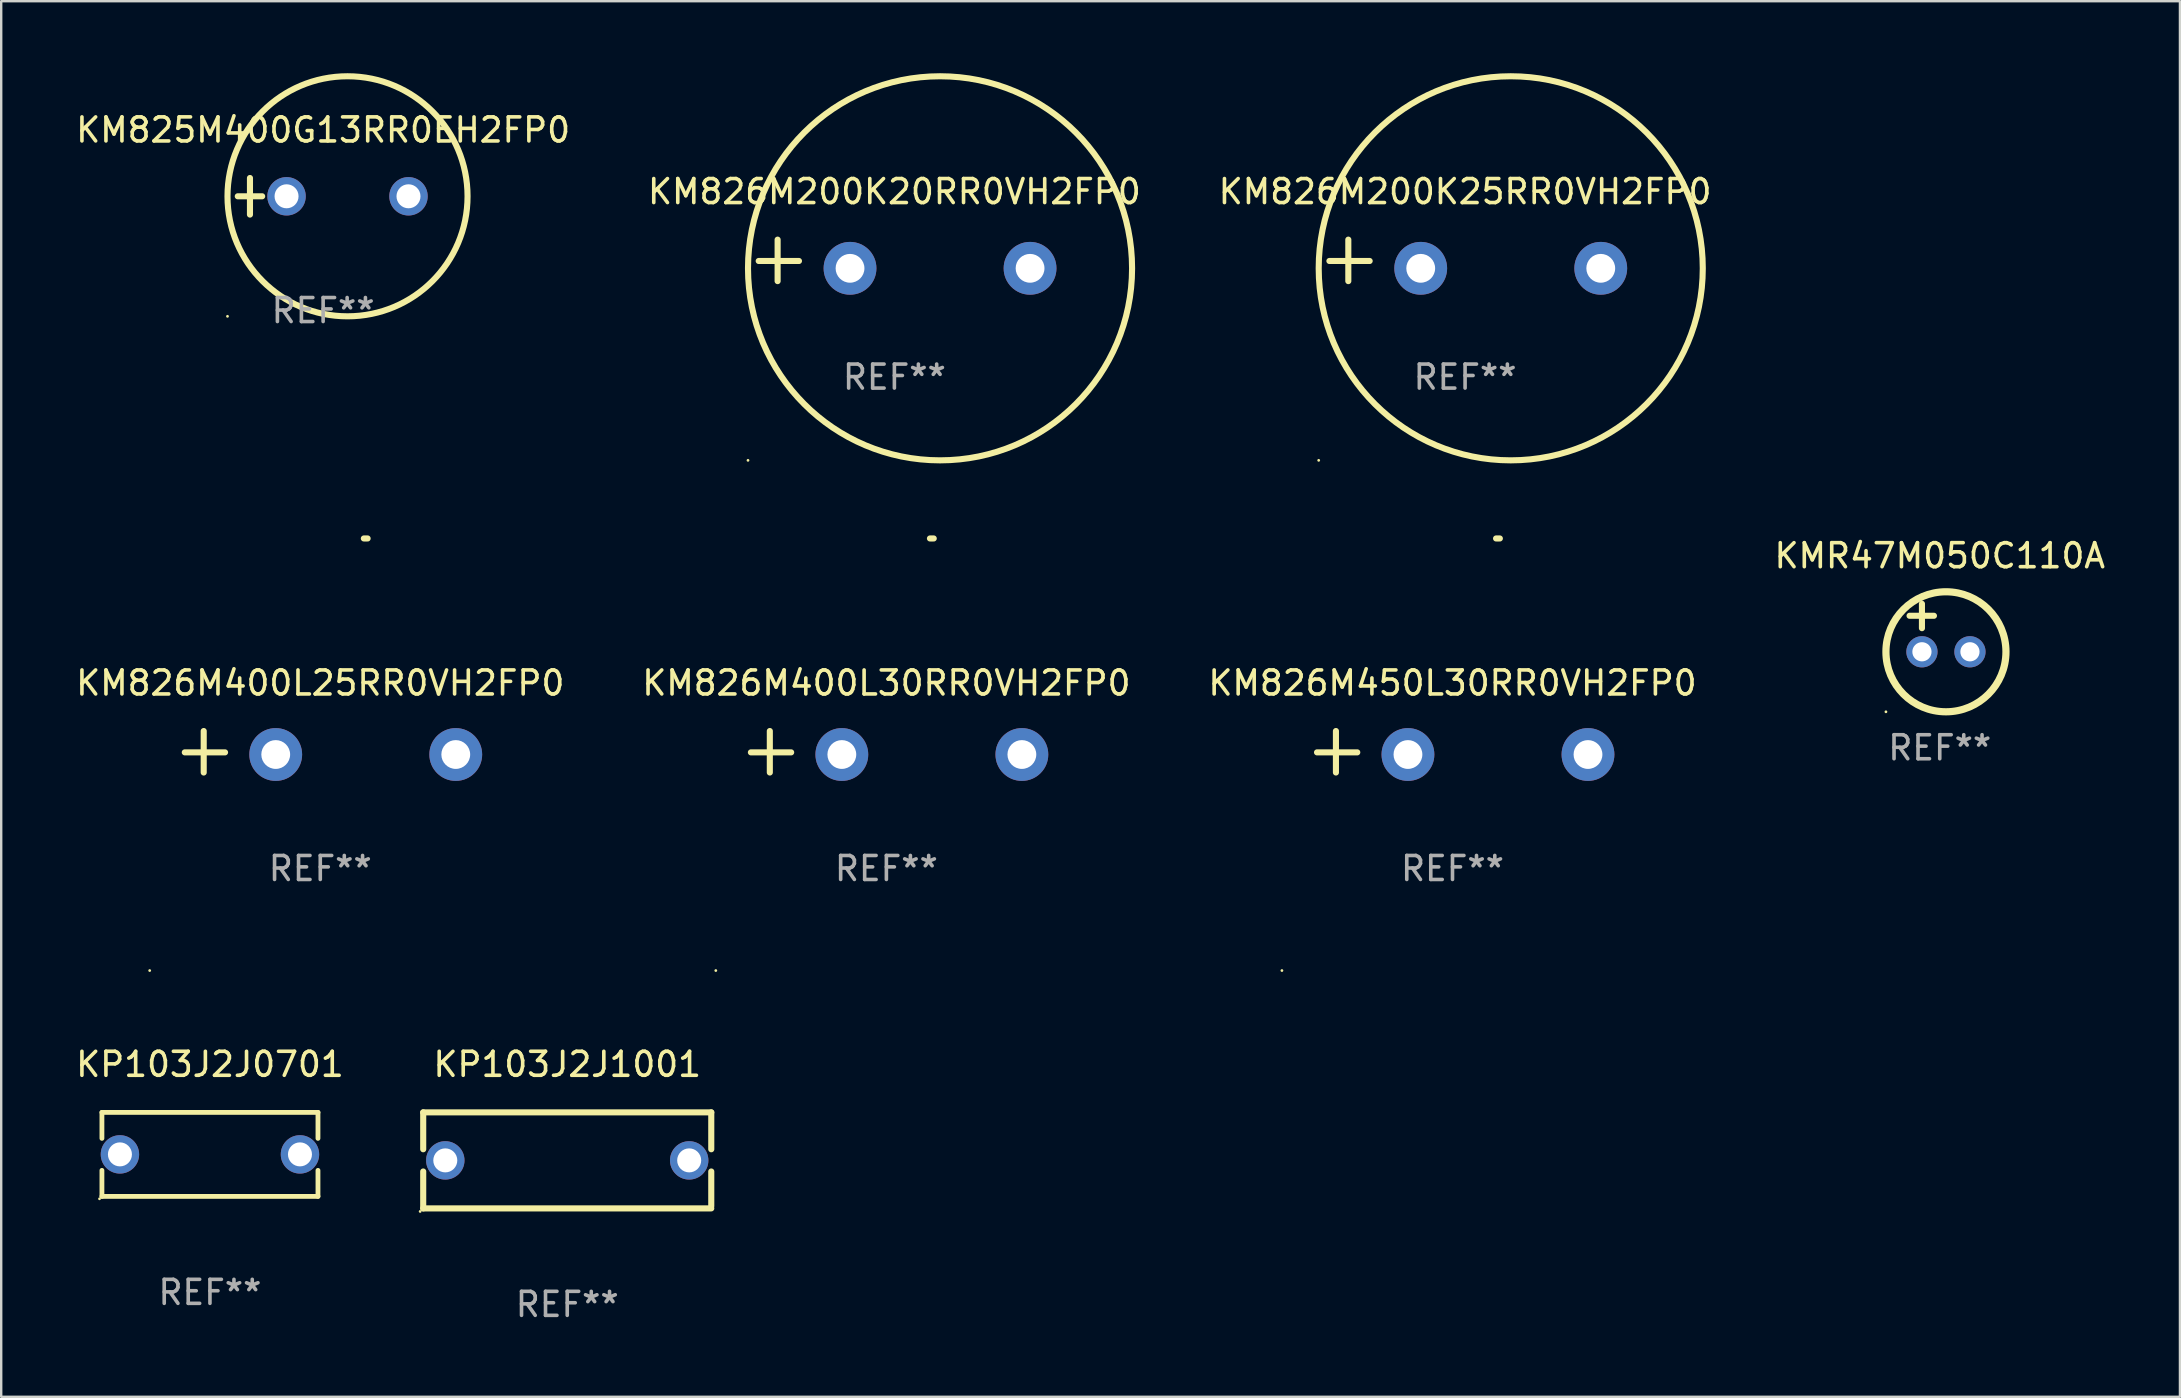
<source format=kicad_pcb>
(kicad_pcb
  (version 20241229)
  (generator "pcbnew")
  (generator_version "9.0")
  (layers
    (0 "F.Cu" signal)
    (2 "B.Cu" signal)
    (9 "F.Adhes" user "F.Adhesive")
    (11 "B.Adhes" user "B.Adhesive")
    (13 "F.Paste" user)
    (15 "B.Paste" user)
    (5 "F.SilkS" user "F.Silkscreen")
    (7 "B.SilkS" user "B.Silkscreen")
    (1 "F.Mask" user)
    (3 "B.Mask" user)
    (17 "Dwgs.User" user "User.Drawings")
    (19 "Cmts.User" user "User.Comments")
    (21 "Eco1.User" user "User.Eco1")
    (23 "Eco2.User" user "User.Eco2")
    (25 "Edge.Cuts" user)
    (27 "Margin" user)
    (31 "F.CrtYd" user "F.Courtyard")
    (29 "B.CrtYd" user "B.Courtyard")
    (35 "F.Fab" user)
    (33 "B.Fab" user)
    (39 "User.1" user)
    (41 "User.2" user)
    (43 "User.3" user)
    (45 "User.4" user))
  (footprint "KM826M200K20RR0VH2FP0"
    (layer "F.Cu")
    (at 34.208 7.797)
    (property "Reference" "KM826M200K20RR0VH2FP0" (at 0 -2.864 0) (layer "F.SilkS") (effects (font (size 1 1) (thickness 0.15))))
    (attr through_hole)
    (fp_line (start -4.864 0.864) (end -4.864 -0.864) (stroke (width 0.254) (type solid)) (layer "F.SilkS"))
    (fp_line (start -3.975 0.025) (end -5.652 0.025) (stroke (width 0.254) (type solid)) (layer "F.SilkS"))
    (fp_circle (center -6.098 8.33) (end -6.068 8.33) (stroke (width 0.06) (type solid)) (fill no) (layer "F.SilkS"))
    (fp_circle (center 1.902 0.33) (end 9.902 0.33) (stroke (width 0.254) (type solid)) (fill no) (layer "F.SilkS"))
    (fp_text user "REF**" (at 0 4.864 0) (layer "F.Fab") (effects (font (size 1 1) (thickness 0.15))))
    (pad "1" thru_hole circle (at -1.848 0.33) (size 2.2 2.2) (drill 1.2) (layers "*.Cu" "*.Mask"))
    (pad "2" thru_hole circle (at 5.652 0.33) (size 2.2 2.2) (drill 1.2) (layers "*.Cu" "*.Mask")))
  (footprint "KM826M400L30RR0VH2FP0"
    (layer "F.Cu")
    (at 33.875 28.267)
    (property "Reference" "KM826M400L30RR0VH2FP0" (at 0 -2.864 0) (layer "F.SilkS") (effects (font (size 1 1) (thickness 0.15))))
    (attr through_hole)
    (fp_line (start -4.856 0.864) (end -4.856 -0.864) (stroke (width 0.254) (type solid)) (layer "F.SilkS"))
    (fp_line (start -3.967 0.025) (end -5.644 0.025) (stroke (width 0.254) (type solid)) (layer "F.SilkS"))
    (fp_arc (start 1.815024 -8.885649) (mid 1.893764 -8.88599) (end 1.972504 -8.885649) (stroke (width 0.254001) (type solid)) (layer "F.SilkS"))
    (fp_circle (center -7.106 9.114) (end -7.076 9.114) (stroke (width 0.06) (type solid)) (fill no) (layer "F.SilkS"))
    (fp_text user "REF**" (at 0 4.864 0) (layer "F.Fab") (effects (font (size 1 1) (thickness 0.15))))
    (pad "1" thru_hole circle (at -1.856 0.114) (size 2.2 2.2) (drill 1.2) (layers "*.Cu" "*.Mask"))
    (pad "2" thru_hole circle (at 5.644 0.114) (size 2.2 2.2) (drill 1.2) (layers "*.Cu" "*.Mask")))
  (footprint "KMR47M050C110A"
    (layer "F.Cu")
    (at 77.756 23.102)
    (property "Reference" "KMR47M050C110A" (at 0 -3 0) (layer "F.SilkS") (effects (font (size 1 1) (thickness 0.15))))
    (attr through_hole)
    (fp_line (start -1.258 -0.5) (end -0.242 -0.5) (stroke (width 0.254) (type solid)) (layer "F.SilkS"))
    (fp_line (start -0.742 -1) (end -0.742 0.016) (stroke (width 0.254) (type solid)) (layer "F.SilkS"))
    (fp_circle (center -2.242 3.5) (end -2.212 3.5) (stroke (width 0.06) (type solid)) (fill no) (layer "F.SilkS"))
    (fp_circle (center 0.258 1) (end 2.758 1) (stroke (width 0.3) (type solid)) (fill no) (layer "F.SilkS"))
    (fp_text user "REF**" (at 0 5 0) (layer "F.Fab") (effects (font (size 1 1) (thickness 0.15))))
    (pad "1" thru_hole circle (at -0.742 1) (size 1.3 1.3) (drill 0.8) (layers "*.Cu" "*.Mask"))
    (pad "2" thru_hole circle (at 1.258 1) (size 1.3 1.3) (drill 0.8) (layers "*.Cu" "*.Mask")))
  (footprint "KM826M450L30RR0VH2FP0"
    (layer "F.Cu")
    (at 57.458 28.267)
    (property "Reference" "KM826M450L30RR0VH2FP0" (at 0 -2.864 0) (layer "F.SilkS") (effects (font (size 1 1) (thickness 0.15))))
    (attr through_hole)
    (fp_line (start -4.856 0.864) (end -4.856 -0.864) (stroke (width 0.254) (type solid)) (layer "F.SilkS"))
    (fp_line (start -3.967 0.025) (end -5.644 0.025) (stroke (width 0.254) (type solid)) (layer "F.SilkS"))
    (fp_arc (start 1.815024 -8.885649) (mid 1.893764 -8.88599) (end 1.972504 -8.885649) (stroke (width 0.254001) (type solid)) (layer "F.SilkS"))
    (fp_circle (center -7.106 9.114) (end -7.076 9.114) (stroke (width 0.06) (type solid)) (fill no) (layer "F.SilkS"))
    (fp_text user "REF**" (at 0 4.864 0) (layer "F.Fab") (effects (font (size 1 1) (thickness 0.15))))
    (pad "1" thru_hole circle (at -1.856 0.114) (size 2.2 2.2) (drill 1.2) (layers "*.Cu" "*.Mask"))
    (pad "2" thru_hole circle (at 5.644 0.114) (size 2.2 2.2) (drill 1.2) (layers "*.Cu" "*.Mask")))
  (footprint "KM826M400L25RR0VH2FP0"
    (layer "F.Cu")
    (at 10.292 28.267)
    (property "Reference" "KM826M400L25RR0VH2FP0" (at 0 -2.864 0) (layer "F.SilkS") (effects (font (size 1 1) (thickness 0.15))))
    (attr through_hole)
    (fp_line (start -4.856 0.864) (end -4.856 -0.864) (stroke (width 0.254) (type solid)) (layer "F.SilkS"))
    (fp_line (start -3.967 0.025) (end -5.644 0.025) (stroke (width 0.254) (type solid)) (layer "F.SilkS"))
    (fp_arc (start 1.815024 -8.885649) (mid 1.893764 -8.88599) (end 1.972504 -8.885649) (stroke (width 0.254001) (type solid)) (layer "F.SilkS"))
    (fp_circle (center -7.106 9.114) (end -7.076 9.114) (stroke (width 0.06) (type solid)) (fill no) (layer "F.SilkS"))
    (fp_text user "REF**" (at 0 4.864 0) (layer "F.Fab") (effects (font (size 1 1) (thickness 0.15))))
    (pad "1" thru_hole circle (at -1.856 0.114) (size 2.2 2.2) (drill 1.2) (layers "*.Cu" "*.Mask"))
    (pad "2" thru_hole circle (at 5.644 0.114) (size 2.2 2.2) (drill 1.2) (layers "*.Cu" "*.Mask")))
  (footprint "KP103J2J0701"
    (layer "F.Cu")
    (at 5.696 45.039)
    (property "Reference" "KP103J2J0701" (at 0 -3.75 0) (layer "F.SilkS") (effects (font (size 1 1) (thickness 0.15))))
    (attr through_hole)
    (fp_line (start -4.5 -0.666) (end -4.5 -1.75) (stroke (width 0.2) (type solid)) (layer "F.SilkS"))
    (fp_line (start -4.5 1.75) (end -4.5 0.666) (stroke (width 0.2) (type solid)) (layer "F.SilkS"))
    (fp_line (start 4.5 -1.75) (end -4.5 -1.75) (stroke (width 0.2) (type solid)) (layer "F.SilkS"))
    (fp_line (start 4.5 -1.75) (end 4.5 -0.666) (stroke (width 0.2) (type solid)) (layer "F.SilkS"))
    (fp_line (start 4.5 0.666) (end 4.5 1.75) (stroke (width 0.2) (type solid)) (layer "F.SilkS"))
    (fp_line (start 4.5 1.75) (end -4.5 1.75) (stroke (width 0.2) (type solid)) (layer "F.SilkS"))
    (fp_circle (center -4.6 1.85) (end -4.57 1.85) (stroke (width 0.06) (type solid)) (fill no) (layer "F.SilkS"))
    (fp_text user "REF**" (at 0 5.75 0) (layer "F.Fab") (effects (font (size 1 1) (thickness 0.15))))
    (pad "1" thru_hole circle (at -3.75 0) (size 1.6 1.6) (drill 1) (layers "*.Cu" "*.Mask"))
    (pad "2" thru_hole circle (at 3.75 0) (size 1.6 1.6) (drill 1) (layers "*.Cu" "*.Mask")))
  (footprint "KM825M400G13RR0EH2FP0"
    (layer "F.Cu")
    (at 10.411 5.127)
    (property "Reference" "KM825M400G13RR0EH2FP0" (at 0 -2.762 0) (layer "F.SilkS") (effects (font (size 1 1) (thickness 0.15))))
    (attr through_hole)
    (fp_line (start -3.556 0) (end -2.54 0) (stroke (width 0.254) (type solid)) (layer "F.SilkS"))
    (fp_line (start -3.048 -0.762) (end -3.048 0.762) (stroke (width 0.254) (type solid)) (layer "F.SilkS"))
    (fp_circle (center -3.984 5) (end -3.954 5) (stroke (width 0.06) (type solid)) (fill no) (layer "F.SilkS"))
    (fp_circle (center 1.016 0) (end 6.016 0) (stroke (width 0.254) (type solid)) (fill no) (layer "F.SilkS"))
    (fp_text user "REF**" (at 0 4.762 0) (layer "F.Fab") (effects (font (size 1 1) (thickness 0.15))))
    (pad "1" thru_hole circle (at -1.524 0) (size 1.6 1.6) (drill 1) (layers "*.Cu" "*.Mask"))
    (pad "2" thru_hole circle (at 3.556 0) (size 1.6 1.6) (drill 1) (layers "*.Cu" "*.Mask")))
  (footprint "KM826M200K25RR0VH2FP0"
    (layer "F.Cu")
    (at 57.982 7.797)
    (property "Reference" "KM826M200K25RR0VH2FP0" (at 0 -2.864 0) (layer "F.SilkS") (effects (font (size 1 1) (thickness 0.15))))
    (attr through_hole)
    (fp_line (start -4.864 0.864) (end -4.864 -0.864) (stroke (width 0.254) (type solid)) (layer "F.SilkS"))
    (fp_line (start -3.975 0.025) (end -5.652 0.025) (stroke (width 0.254) (type solid)) (layer "F.SilkS"))
    (fp_circle (center -6.098 8.33) (end -6.068 8.33) (stroke (width 0.06) (type solid)) (fill no) (layer "F.SilkS"))
    (fp_circle (center 1.902 0.33) (end 9.902 0.33) (stroke (width 0.254) (type solid)) (fill no) (layer "F.SilkS"))
    (fp_text user "REF**" (at 0 4.864 0) (layer "F.Fab") (effects (font (size 1 1) (thickness 0.15))))
    (pad "1" thru_hole circle (at -1.848 0.33) (size 2.2 2.2) (drill 1.2) (layers "*.Cu" "*.Mask"))
    (pad "2" thru_hole circle (at 5.652 0.33) (size 2.2 2.2) (drill 1.2) (layers "*.Cu" "*.Mask")))
  (footprint "KP103J2J1001"
    (layer "F.Cu")
    (at 20.58 45.289)
    (property "Reference" "KP103J2J1001" (at 0 -4 0) (layer "F.SilkS") (effects (font (size 1 1) (thickness 0.15))))
    (attr through_hole)
    (fp_line (start -6 -2) (end 6 -2) (stroke (width 0.254) (type solid)) (layer "F.SilkS"))
    (fp_line (start -6 -0.463) (end -6 -2) (stroke (width 0.254) (type solid)) (layer "F.SilkS"))
    (fp_line (start -6 2) (end -6 0.463) (stroke (width 0.254) (type solid)) (layer "F.SilkS"))
    (fp_line (start 6 -2) (end 6 -0.463) (stroke (width 0.254) (type solid)) (layer "F.SilkS"))
    (fp_line (start 6 0.463) (end 6 1.905) (stroke (width 0.254) (type solid)) (layer "F.SilkS"))
    (fp_line (start 6 2) (end -6 2) (stroke (width 0.254) (type solid)) (layer "F.SilkS"))
    (fp_circle (center -6.127 2.127) (end -6.097 2.127) (stroke (width 0.06) (type solid)) (fill no) (layer "F.SilkS"))
    (fp_text user "REF**" (at 0 6 0) (layer "F.Fab") (effects (font (size 1 1) (thickness 0.15))))
    (pad "1" thru_hole circle (at -5.08 0) (size 1.6 1.6) (drill 1) (layers "*.Cu" "*.Mask"))
    (pad "2" thru_hole circle (at 5.08 0) (size 1.6 1.6) (drill 1) (layers "*.Cu" "*.Mask")))
  (gr_rect
    (start -3 -3)
    (end 87.762 55.137)
    (stroke (width 0.1) (type default))
    (fill no)
    (layer "Edge.Cuts")))
</source>
